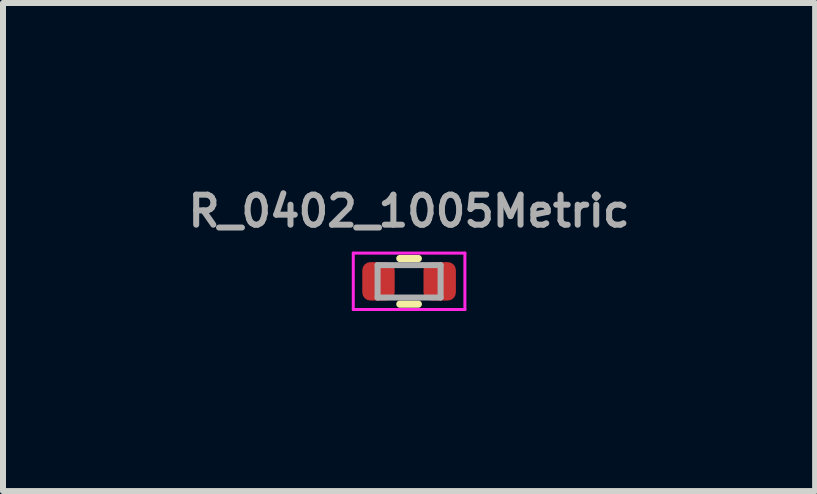
<source format=kicad_pcb>
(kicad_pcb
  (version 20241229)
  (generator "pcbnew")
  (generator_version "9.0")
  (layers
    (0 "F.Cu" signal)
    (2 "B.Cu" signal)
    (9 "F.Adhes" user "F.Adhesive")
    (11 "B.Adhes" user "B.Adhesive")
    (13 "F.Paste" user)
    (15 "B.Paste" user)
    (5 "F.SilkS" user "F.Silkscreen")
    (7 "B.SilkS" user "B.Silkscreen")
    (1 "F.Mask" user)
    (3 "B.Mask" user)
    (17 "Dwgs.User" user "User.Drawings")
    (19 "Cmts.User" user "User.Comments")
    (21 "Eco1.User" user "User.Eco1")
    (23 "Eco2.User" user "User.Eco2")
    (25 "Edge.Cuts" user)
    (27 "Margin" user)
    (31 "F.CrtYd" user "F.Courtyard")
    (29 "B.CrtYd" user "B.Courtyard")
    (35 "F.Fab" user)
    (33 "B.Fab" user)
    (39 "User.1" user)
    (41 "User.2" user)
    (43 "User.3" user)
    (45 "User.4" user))
  (footprint "R_0402_1005Metric"
    (layer "F.Cu")
    (at 3.767 1.638)
    (property "Reference" "R_0402_1005Metric" (at 0 -1.17 0) (layer "F.Fab") (effects (font (size 0.5 0.5) (thickness 0.1) (bold yes))))
    (attr smd)
    (fp_line (start -0.154 -0.38) (end 0.154 -0.38) (stroke (width 0.12) (type solid)) (layer "F.SilkS"))
    (fp_line (start -0.154 0.38) (end 0.154 0.38) (stroke (width 0.12) (type solid)) (layer "F.SilkS"))
    (fp_line (start -0.93 -0.47) (end 0.93 -0.47) (stroke (width 0.05) (type solid)) (layer "F.CrtYd"))
    (fp_line (start -0.93 0.47) (end -0.93 -0.47) (stroke (width 0.05) (type solid)) (layer "F.CrtYd"))
    (fp_line (start 0.93 -0.47) (end 0.93 0.47) (stroke (width 0.05) (type solid)) (layer "F.CrtYd"))
    (fp_line (start 0.93 0.47) (end -0.93 0.47) (stroke (width 0.05) (type solid)) (layer "F.CrtYd"))
    (fp_line (start -0.525 -0.27) (end 0.525 -0.27) (stroke (width 0.1) (type solid)) (layer "F.Fab"))
    (fp_line (start -0.525 0.27) (end -0.525 -0.27) (stroke (width 0.1) (type solid)) (layer "F.Fab"))
    (fp_line (start 0.525 -0.27) (end 0.525 0.27) (stroke (width 0.1) (type solid)) (layer "F.Fab"))
    (fp_line (start 0.525 0.27) (end -0.525 0.27) (stroke (width 0.1) (type solid)) (layer "F.Fab"))
    (pad "1" smd roundrect (at -0.51 0) (size 0.54 0.64) (layers "F.Cu" "F.Mask" "F.Paste") (roundrect_rratio 0.25))
    (pad "2" smd roundrect (at 0.51 0) (size 0.54 0.64) (layers "F.Cu" "F.Mask" "F.Paste") (roundrect_rratio 0.25)))
  (gr_rect
    (start -3 -3)
    (end 10.533 5.133)
    (stroke (width 0.1) (type default))
    (fill no)
    (layer "Edge.Cuts")))
</source>
